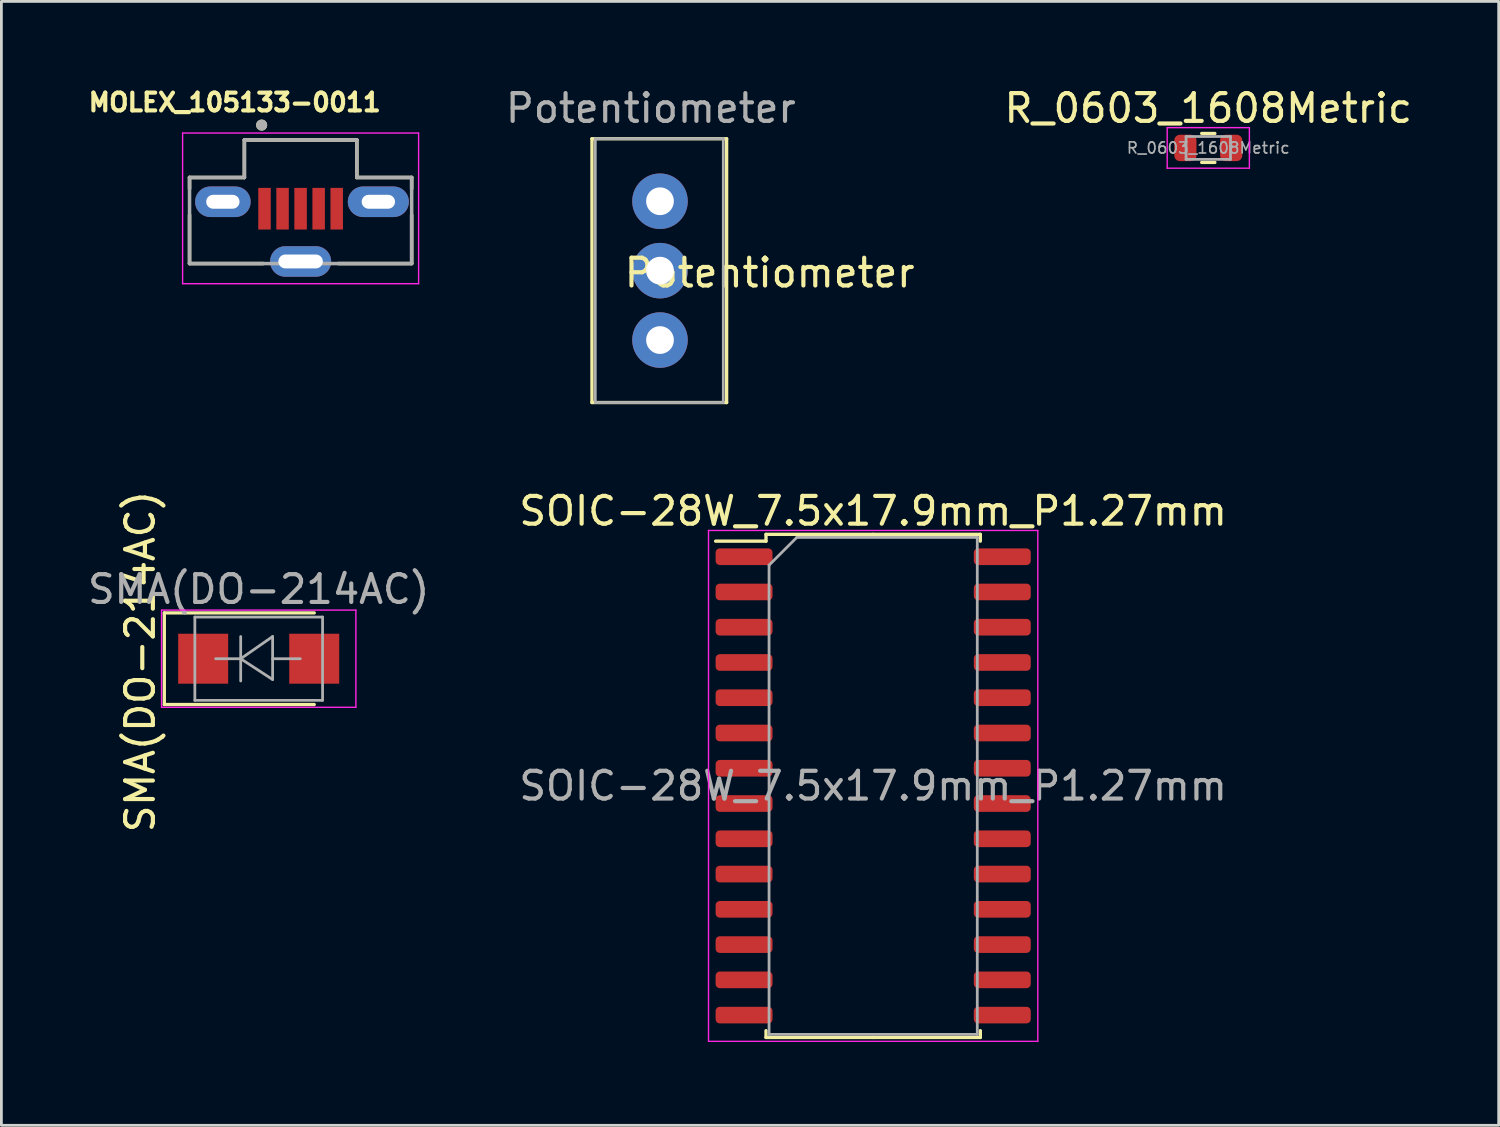
<source format=kicad_pcb>
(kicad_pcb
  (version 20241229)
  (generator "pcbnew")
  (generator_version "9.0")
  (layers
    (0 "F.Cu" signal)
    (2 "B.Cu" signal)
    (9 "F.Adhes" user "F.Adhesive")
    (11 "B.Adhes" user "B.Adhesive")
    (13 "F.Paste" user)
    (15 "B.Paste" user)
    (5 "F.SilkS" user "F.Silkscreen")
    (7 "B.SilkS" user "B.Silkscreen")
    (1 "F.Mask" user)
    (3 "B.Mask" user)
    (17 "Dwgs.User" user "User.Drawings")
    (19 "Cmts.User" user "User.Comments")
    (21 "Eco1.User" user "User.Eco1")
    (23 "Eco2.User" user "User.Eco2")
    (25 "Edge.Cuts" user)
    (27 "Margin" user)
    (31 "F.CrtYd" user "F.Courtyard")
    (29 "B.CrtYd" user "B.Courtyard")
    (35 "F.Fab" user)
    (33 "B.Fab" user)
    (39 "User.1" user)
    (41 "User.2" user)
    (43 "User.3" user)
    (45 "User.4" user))
  (footprint "MOLEX_105133-0011"
    (layer "F.Cu")
    (at 7.777 4.217)
    (property "Reference" "MOLEX_105133-0011" (at -2.373 -3.579 0) (layer "F.SilkS") (effects (font (size 0.64 0.64) (thickness 0.15))))
    (attr smd)
    (fp_line (start -4 -0.875) (end -2.025 -0.875) (stroke (width 0.127) (type solid)) (layer "F.SilkS"))
    (fp_line (start -4 -0.467) (end -4 -0.875) (stroke (width 0.127) (type solid)) (layer "F.SilkS"))
    (fp_line (start -4 2.225) (end -4 0.477) (stroke (width 0.127) (type solid)) (layer "F.SilkS"))
    (fp_line (start -2.025 -2.225) (end 2.025 -2.225) (stroke (width 0.127) (type solid)) (layer "F.SilkS"))
    (fp_line (start -2.025 -0.875) (end -2.025 -2.225) (stroke (width 0.127) (type solid)) (layer "F.SilkS"))
    (fp_line (start -1.35 2.225) (end -4 2.225) (stroke (width 0.127) (type solid)) (layer "F.SilkS"))
    (fp_line (start 2.025 -2.225) (end 2.025 -0.875) (stroke (width 0.127) (type solid)) (layer "F.SilkS"))
    (fp_line (start 2.025 -0.875) (end 4 -0.875) (stroke (width 0.127) (type solid)) (layer "F.SilkS"))
    (fp_line (start 4 -0.875) (end 4 -0.467) (stroke (width 0.127) (type solid)) (layer "F.SilkS"))
    (fp_line (start 4 0.477) (end 4 2.225) (stroke (width 0.127) (type solid)) (layer "F.SilkS"))
    (fp_line (start 4 2.225) (end 1.35 2.225) (stroke (width 0.127) (type solid)) (layer "F.SilkS"))
    (fp_circle (center -1.403 -2.762) (end -1.303 -2.762) (stroke (width 0.2) (type solid)) (fill no) (layer "F.SilkS"))
    (fp_line (start -4.25 -2.475) (end 4.25 -2.475) (stroke (width 0.05) (type solid)) (layer "F.CrtYd"))
    (fp_line (start -4.25 2.95) (end -4.25 -2.475) (stroke (width 0.05) (type solid)) (layer "F.CrtYd"))
    (fp_line (start 4.25 -2.475) (end 4.25 2.95) (stroke (width 0.05) (type solid)) (layer "F.CrtYd"))
    (fp_line (start 4.25 2.95) (end -4.25 2.95) (stroke (width 0.05) (type solid)) (layer "F.CrtYd"))
    (fp_line (start -4 -0.875) (end -2.025 -0.875) (stroke (width 0.127) (type solid)) (layer "F.Fab"))
    (fp_line (start -4 2.225) (end -4 -0.875) (stroke (width 0.127) (type solid)) (layer "F.Fab"))
    (fp_line (start -2.025 -0.875) (end -2.025 -2.225) (stroke (width 0.127) (type solid)) (layer "F.Fab"))
    (fp_line (start 2.025 -2.225) (end -2.025 -2.225) (stroke (width 0.127) (type solid)) (layer "F.Fab"))
    (fp_line (start 2.025 -0.875) (end 2.025 -2.225) (stroke (width 0.127) (type solid)) (layer "F.Fab"))
    (fp_line (start 4 -0.875) (end 2.025 -0.875) (stroke (width 0.127) (type solid)) (layer "F.Fab"))
    (fp_line (start 4 2.225) (end -4 2.225) (stroke (width 0.127) (type solid)) (layer "F.Fab"))
    (fp_line (start 4 2.225) (end 4 -0.875) (stroke (width 0.127) (type solid)) (layer "F.Fab"))
    (fp_circle (center -1.403 -2.762) (end -1.303 -2.762) (stroke (width 0.2) (type solid)) (fill no) (layer "F.Fab"))
    (pad "1" smd rect (at -1.3 0.25 90) (size 1.5 0.45) (layers "F.Cu" "F.Mask" "F.Paste"))
    (pad "2" smd rect (at -0.65 0.25 90) (size 1.5 0.45) (layers "F.Cu" "F.Mask" "F.Paste"))
    (pad "3" smd rect (at 0 0.25 90) (size 1.5 0.45) (layers "F.Cu" "F.Mask" "F.Paste"))
    (pad "4" smd rect (at 0.65 0.25 90) (size 1.5 0.45) (layers "F.Cu" "F.Mask" "F.Paste"))
    (pad "5" smd rect (at 1.3 0.25 90) (size 1.5 0.45) (layers "F.Cu" "F.Mask" "F.Paste"))
    (pad "S1" thru_hole oval (at -2.8 0) (size 2 1.1) (drill oval 1.2 0.5) (layers "*.Cu" "*.Mask"))
    (pad "S2" thru_hole oval (at 2.8 0) (size 2.2 1.1) (drill oval 1.2 0.5) (layers "*.Cu" "*.Mask"))
    (pad "S3" thru_hole oval (at 0 2.15) (size 2.2 1.1) (drill oval 1.6 0.5) (layers "*.Cu" "*.Mask")))
  (footprint "SOIC-28W_7.5x17.9mm_P1.27mm"
    (layer "F.Cu")
    (at 28.399 25.256)
    (property "Reference" "SOIC-28W_7.5x17.9mm_P1.27mm" (at 0 -9.9 0) (layer "F.SilkS") (effects (font (size 1 1) (thickness 0.15))))
    (attr smd)
    (fp_line (start -3.86 -9.06) (end -3.86 -8.815) (stroke (width 0.12) (type solid)) (layer "F.SilkS"))
    (fp_line (start -3.86 -8.815) (end -5.675 -8.815) (stroke (width 0.12) (type solid)) (layer "F.SilkS"))
    (fp_line (start -3.86 9.06) (end -3.86 8.815) (stroke (width 0.12) (type solid)) (layer "F.SilkS"))
    (fp_line (start 0 -9.06) (end -3.86 -9.06) (stroke (width 0.12) (type solid)) (layer "F.SilkS"))
    (fp_line (start 0 -9.06) (end 3.86 -9.06) (stroke (width 0.12) (type solid)) (layer "F.SilkS"))
    (fp_line (start 0 9.06) (end -3.86 9.06) (stroke (width 0.12) (type solid)) (layer "F.SilkS"))
    (fp_line (start 0 9.06) (end 3.86 9.06) (stroke (width 0.12) (type solid)) (layer "F.SilkS"))
    (fp_line (start 3.86 -9.06) (end 3.86 -8.815) (stroke (width 0.12) (type solid)) (layer "F.SilkS"))
    (fp_line (start 3.86 9.06) (end 3.86 8.815) (stroke (width 0.12) (type solid)) (layer "F.SilkS"))
    (fp_line (start -5.93 -9.2) (end -5.93 9.2) (stroke (width 0.05) (type solid)) (layer "F.CrtYd"))
    (fp_line (start -5.93 9.2) (end 5.93 9.2) (stroke (width 0.05) (type solid)) (layer "F.CrtYd"))
    (fp_line (start 5.93 -9.2) (end -5.93 -9.2) (stroke (width 0.05) (type solid)) (layer "F.CrtYd"))
    (fp_line (start 5.93 9.2) (end 5.93 -9.2) (stroke (width 0.05) (type solid)) (layer "F.CrtYd"))
    (fp_line (start -3.75 -7.95) (end -2.75 -8.95) (stroke (width 0.1) (type solid)) (layer "F.Fab"))
    (fp_line (start -3.75 8.95) (end -3.75 -7.95) (stroke (width 0.1) (type solid)) (layer "F.Fab"))
    (fp_line (start -2.75 -8.95) (end 3.75 -8.95) (stroke (width 0.1) (type solid)) (layer "F.Fab"))
    (fp_line (start 3.75 -8.95) (end 3.75 8.95) (stroke (width 0.1) (type solid)) (layer "F.Fab"))
    (fp_line (start 3.75 8.95) (end -3.75 8.95) (stroke (width 0.1) (type solid)) (layer "F.Fab"))
    (fp_text user "${REFERENCE}" (at 0 0 0) (layer "F.Fab") (effects (font (size 1 1) (thickness 0.15))))
    (pad "1" smd roundrect (at -4.65 -8.255) (size 2.05 0.6) (layers "F.Cu" "F.Mask" "F.Paste") (roundrect_rratio 0.25))
    (pad "2" smd roundrect (at -4.65 -6.985) (size 2.05 0.6) (layers "F.Cu" "F.Mask" "F.Paste") (roundrect_rratio 0.25))
    (pad "3" smd roundrect (at -4.65 -5.715) (size 2.05 0.6) (layers "F.Cu" "F.Mask" "F.Paste") (roundrect_rratio 0.25))
    (pad "4" smd roundrect (at -4.65 -4.445) (size 2.05 0.6) (layers "F.Cu" "F.Mask" "F.Paste") (roundrect_rratio 0.25))
    (pad "5" smd roundrect (at -4.65 -3.175) (size 2.05 0.6) (layers "F.Cu" "F.Mask" "F.Paste") (roundrect_rratio 0.25))
    (pad "6" smd roundrect (at -4.65 -1.905) (size 2.05 0.6) (layers "F.Cu" "F.Mask" "F.Paste") (roundrect_rratio 0.25))
    (pad "7" smd roundrect (at -4.65 -0.635) (size 2.05 0.6) (layers "F.Cu" "F.Mask" "F.Paste") (roundrect_rratio 0.25))
    (pad "8" smd roundrect (at -4.65 0.635) (size 2.05 0.6) (layers "F.Cu" "F.Mask" "F.Paste") (roundrect_rratio 0.25))
    (pad "9" smd roundrect (at -4.65 1.905) (size 2.05 0.6) (layers "F.Cu" "F.Mask" "F.Paste") (roundrect_rratio 0.25))
    (pad "10" smd roundrect (at -4.65 3.175) (size 2.05 0.6) (layers "F.Cu" "F.Mask" "F.Paste") (roundrect_rratio 0.25))
    (pad "11" smd roundrect (at -4.65 4.445) (size 2.05 0.6) (layers "F.Cu" "F.Mask" "F.Paste") (roundrect_rratio 0.25))
    (pad "12" smd roundrect (at -4.65 5.715) (size 2.05 0.6) (layers "F.Cu" "F.Mask" "F.Paste") (roundrect_rratio 0.25))
    (pad "13" smd roundrect (at -4.65 6.985) (size 2.05 0.6) (layers "F.Cu" "F.Mask" "F.Paste") (roundrect_rratio 0.25))
    (pad "14" smd roundrect (at -4.65 8.255) (size 2.05 0.6) (layers "F.Cu" "F.Mask" "F.Paste") (roundrect_rratio 0.25))
    (pad "15" smd roundrect (at 4.65 8.255) (size 2.05 0.6) (layers "F.Cu" "F.Mask" "F.Paste") (roundrect_rratio 0.25))
    (pad "16" smd roundrect (at 4.65 6.985) (size 2.05 0.6) (layers "F.Cu" "F.Mask" "F.Paste") (roundrect_rratio 0.25))
    (pad "17" smd roundrect (at 4.65 5.715) (size 2.05 0.6) (layers "F.Cu" "F.Mask" "F.Paste") (roundrect_rratio 0.25))
    (pad "18" smd roundrect (at 4.65 4.445) (size 2.05 0.6) (layers "F.Cu" "F.Mask" "F.Paste") (roundrect_rratio 0.25))
    (pad "19" smd roundrect (at 4.65 3.175) (size 2.05 0.6) (layers "F.Cu" "F.Mask" "F.Paste") (roundrect_rratio 0.25))
    (pad "20" smd roundrect (at 4.65 1.905) (size 2.05 0.6) (layers "F.Cu" "F.Mask" "F.Paste") (roundrect_rratio 0.25))
    (pad "21" smd roundrect (at 4.65 0.635) (size 2.05 0.6) (layers "F.Cu" "F.Mask" "F.Paste") (roundrect_rratio 0.25))
    (pad "22" smd roundrect (at 4.65 -0.635) (size 2.05 0.6) (layers "F.Cu" "F.Mask" "F.Paste") (roundrect_rratio 0.25))
    (pad "23" smd roundrect (at 4.65 -1.905) (size 2.05 0.6) (layers "F.Cu" "F.Mask" "F.Paste") (roundrect_rratio 0.25))
    (pad "24" smd roundrect (at 4.65 -3.175) (size 2.05 0.6) (layers "F.Cu" "F.Mask" "F.Paste") (roundrect_rratio 0.25))
    (pad "25" smd roundrect (at 4.65 -4.445) (size 2.05 0.6) (layers "F.Cu" "F.Mask" "F.Paste") (roundrect_rratio 0.25))
    (pad "26" smd roundrect (at 4.65 -5.715) (size 2.05 0.6) (layers "F.Cu" "F.Mask" "F.Paste") (roundrect_rratio 0.25))
    (pad "27" smd roundrect (at 4.65 -6.985) (size 2.05 0.6) (layers "F.Cu" "F.Mask" "F.Paste") (roundrect_rratio 0.25))
    (pad "28" smd roundrect (at 4.65 -8.255) (size 2.05 0.6) (layers "F.Cu" "F.Mask" "F.Paste") (roundrect_rratio 0.25)))
  (footprint "R_0603_1608Metric"
    (layer "F.Cu")
    (at 40.469 2.278)
    (property "Reference" "R_0603_1608Metric" (at 0 -1.43 0) (layer "F.SilkS") (effects (font (size 1 1) (thickness 0.15))))
    (attr smd)
    (fp_line (start -0.237 -0.522) (end 0.237 -0.522) (stroke (width 0.12) (type solid)) (layer "F.SilkS"))
    (fp_line (start -0.237 0.522) (end 0.237 0.522) (stroke (width 0.12) (type solid)) (layer "F.SilkS"))
    (fp_line (start -1.48 -0.73) (end 1.48 -0.73) (stroke (width 0.05) (type solid)) (layer "F.CrtYd"))
    (fp_line (start -1.48 0.73) (end -1.48 -0.73) (stroke (width 0.05) (type solid)) (layer "F.CrtYd"))
    (fp_line (start 1.48 -0.73) (end 1.48 0.73) (stroke (width 0.05) (type solid)) (layer "F.CrtYd"))
    (fp_line (start 1.48 0.73) (end -1.48 0.73) (stroke (width 0.05) (type solid)) (layer "F.CrtYd"))
    (fp_line (start -0.8 -0.412) (end 0.8 -0.412) (stroke (width 0.1) (type solid)) (layer "F.Fab"))
    (fp_line (start -0.8 0.412) (end -0.8 -0.412) (stroke (width 0.1) (type solid)) (layer "F.Fab"))
    (fp_line (start 0.8 -0.412) (end 0.8 0.412) (stroke (width 0.1) (type solid)) (layer "F.Fab"))
    (fp_line (start 0.8 0.412) (end -0.8 0.412) (stroke (width 0.1) (type solid)) (layer "F.Fab"))
    (fp_text user "${REFERENCE}" (at 0 0 0) (layer "F.Fab") (effects (font (size 0.4 0.4) (thickness 0.06))))
    (pad "1" smd roundrect (at -0.825 0) (size 0.8 0.95) (layers "F.Cu" "F.Mask" "F.Paste") (roundrect_rratio 0.25))
    (pad "2" smd roundrect (at 0.825 0) (size 0.8 0.95) (layers "F.Cu" "F.Mask" "F.Paste") (roundrect_rratio 0.25)))
  (footprint "Potentiometer"
    (layer "F.Cu")
    (at 20.721 9.198)
    (property "Reference" "Potentiometer" (at 3.95 -2.421 0) (layer "F.SilkS") (effects (font (size 1 1) (thickness 0.15))))
    (attr through_hole)
    (fp_line (start -2.45 -7.25) (end 2.4 -7.25) (stroke (width 0.12) (type solid)) (layer "F.SilkS"))
    (fp_line (start -2.45 2.25) (end -2.45 -7.25) (stroke (width 0.12) (type solid)) (layer "F.SilkS"))
    (fp_line (start -2.45 2.25) (end 2.4 2.25) (stroke (width 0.12) (type solid)) (layer "F.SilkS"))
    (fp_line (start 2.4 2.25) (end 2.4 -7.25) (stroke (width 0.12) (type solid)) (layer "F.SilkS"))
    (fp_line (start -2.33 2.25) (end -2.33 -7.25) (stroke (width 0.1) (type solid)) (layer "F.Fab"))
    (fp_line (start -2.33 2.25) (end 2.28 2.25) (stroke (width 0.1) (type solid)) (layer "F.Fab"))
    (fp_line (start 2.28 -7.25) (end -2.33 -7.25) (stroke (width 0.1) (type solid)) (layer "F.Fab"))
    (fp_line (start 2.28 2.25) (end 2.28 -7.25) (stroke (width 0.1) (type solid)) (layer "F.Fab"))
    (fp_text user "${REFERENCE}" (at -0.33 -8.35 0) (layer "F.Fab") (effects (font (size 1 1) (thickness 0.15))))
    (pad "1" thru_hole circle (at 0 0) (size 2 2) (drill 1) (layers "*.Cu" "*.Mask"))
    (pad "2" thru_hole circle (at 0 -2.5) (size 2 2) (drill 1) (layers "*.Cu" "*.Mask"))
    (pad "3" thru_hole circle (at 0 -5) (size 2 2) (drill 1) (layers "*.Cu" "*.Mask")))
  (footprint "SMA(DO-214AC)"
    (layer "F.Cu")
    (at 6.268 20.675)
    (property "Reference" "SMA(DO-214AC)" (at -4.267 0.102 270) (layer "F.SilkS") (effects (font (size 1 1) (thickness 0.15))))
    (attr smd)
    (fp_line (start -3.4 -1.65) (end -3.4 1.65) (stroke (width 0.12) (type solid)) (layer "F.SilkS"))
    (fp_line (start -3.4 -1.65) (end 2 -1.65) (stroke (width 0.12) (type solid)) (layer "F.SilkS"))
    (fp_line (start -3.4 1.65) (end 2 1.65) (stroke (width 0.12) (type solid)) (layer "F.SilkS"))
    (fp_line (start -3.5 -1.75) (end 3.5 -1.75) (stroke (width 0.05) (type solid)) (layer "F.CrtYd"))
    (fp_line (start -3.5 1.75) (end -3.5 -1.75) (stroke (width 0.05) (type solid)) (layer "F.CrtYd"))
    (fp_line (start 3.5 -1.75) (end 3.5 1.75) (stroke (width 0.05) (type solid)) (layer "F.CrtYd"))
    (fp_line (start 3.5 1.75) (end -3.5 1.75) (stroke (width 0.05) (type solid)) (layer "F.CrtYd"))
    (fp_line (start -2.3 1.5) (end -2.3 -1.5) (stroke (width 0.1) (type solid)) (layer "F.Fab"))
    (fp_line (start -0.649 -0.799) (end -0.649 0.801) (stroke (width 0.1) (type solid)) (layer "F.Fab"))
    (fp_line (start -0.649 0.001) (end -1.551 0.001) (stroke (width 0.1) (type solid)) (layer "F.Fab"))
    (fp_line (start -0.649 0.001) (end 0.501 -0.799) (stroke (width 0.1) (type solid)) (layer "F.Fab"))
    (fp_line (start -0.649 0.001) (end 0.501 0.75) (stroke (width 0.1) (type solid)) (layer "F.Fab"))
    (fp_line (start 0.501 0.001) (end 1.499 0.001) (stroke (width 0.1) (type solid)) (layer "F.Fab"))
    (fp_line (start 0.501 0.75) (end 0.501 -0.799) (stroke (width 0.1) (type solid)) (layer "F.Fab"))
    (fp_line (start 2.3 -1.5) (end -2.3 -1.5) (stroke (width 0.1) (type solid)) (layer "F.Fab"))
    (fp_line (start 2.3 -1.5) (end 2.3 1.5) (stroke (width 0.1) (type solid)) (layer "F.Fab"))
    (fp_line (start 2.3 1.5) (end -2.3 1.5) (stroke (width 0.1) (type solid)) (layer "F.Fab"))
    (fp_text user "${REFERENCE}" (at 0 -2.5 0) (layer "F.Fab") (effects (font (size 1 1) (thickness 0.15))))
    (pad "1" smd rect (at -2 0) (size 1.8 1.8) (layers "F.Cu" "F.Mask" "F.Paste"))
    (pad "2" smd rect (at 2 0) (size 1.8 1.8) (layers "F.Cu" "F.Mask" "F.Paste")))
  (gr_rect
    (start -3 -3)
    (end 50.928 37.481)
    (stroke (width 0.1) (type default))
    (fill no)
    (layer "Edge.Cuts")))
</source>
